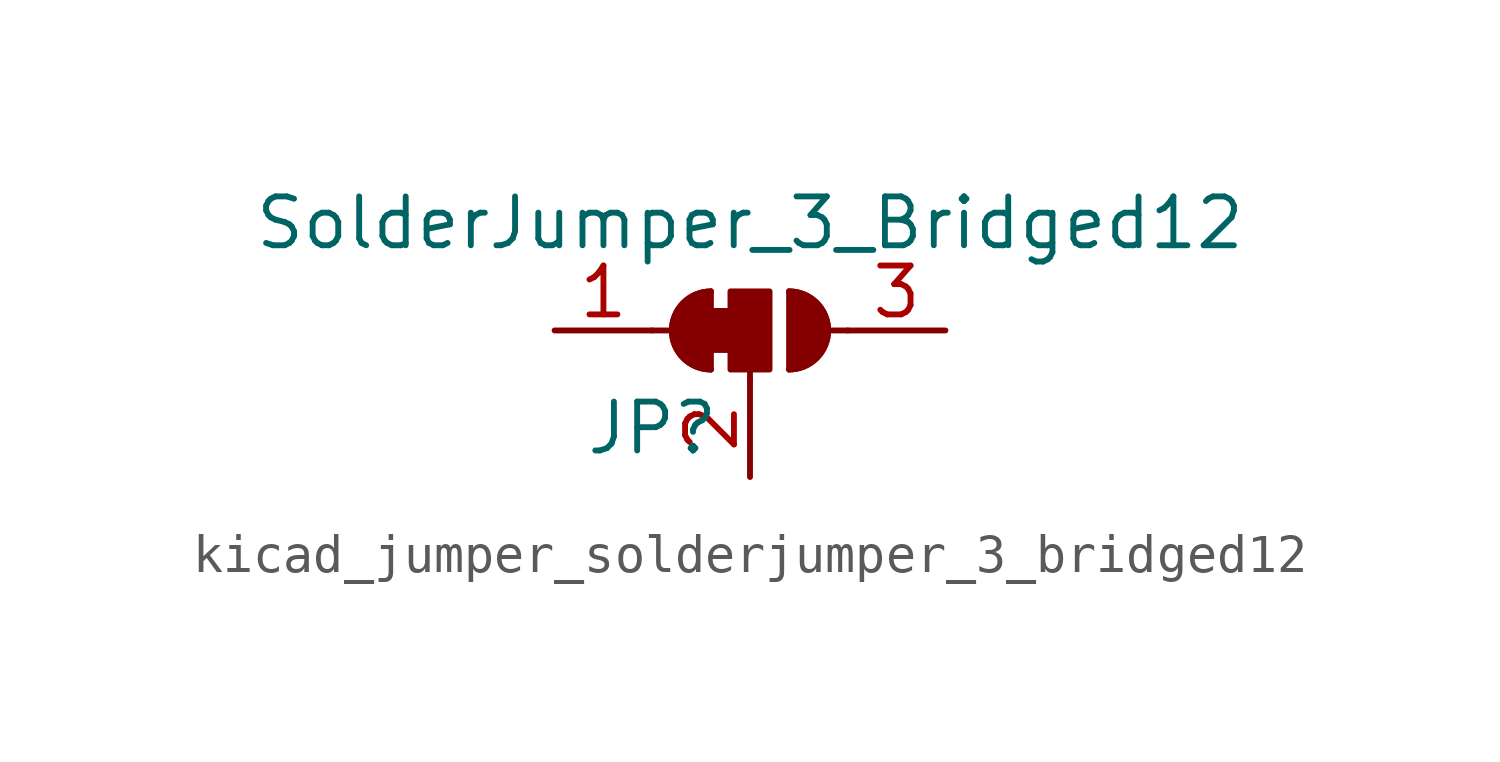
<source format=kicad_sym>
(kicad_symbol_lib
  (version 20220914)
  (generator kicad_symbol_editor)
  (symbol "kicad_jumper_solderjumper_3_bridged12"
    (pin_names
      (offset 0) hide)
    (property "Reference" "JP"
      (at -2.54 -2.54 0)
      (effects (font (size 1.27 1.27))))
    (property "Value" "SolderJumper_3_Bridged12"
      (at 0 2.794 0)
      (effects (font (size 1.27 1.27))))
    (symbol "kicad_jumper_solderjumper_3_bridged12_0_1"
      (rectangle (start -1.016 0.508) (end -0.508 -0.508) (stroke (width 0) (type default)) (fill (type outline)))
      (arc (start -1.016 1.016) (mid -2.0276 0) (end -1.016 -1.016) (stroke (width 0) (type default)) (fill (type none)))
      (arc (start -1.016 1.016) (mid -2.0276 0) (end -1.016 -1.016) (stroke (width 0) (type default)) (fill (type outline)))
      (rectangle (start -0.508 1.016) (end 0.508 -1.016) (stroke (width 0) (type default)) (fill (type outline)))
      (polyline (pts (xy -2.54 0) (xy -2.032 0)) (stroke (width 0) (type default)) (fill (type none)))
      (polyline (pts (xy -1.016 1.016) (xy -1.016 -1.016)) (stroke (width 0) (type default)) (fill (type none)))
      (polyline (pts (xy 0 -1.27) (xy 0 -1.016)) (stroke (width 0) (type default)) (fill (type none)))
      (polyline (pts (xy 1.016 1.016) (xy 1.016 -1.016)) (stroke (width 0) (type default)) (fill (type none)))
      (polyline (pts (xy 2.54 0) (xy 2.032 0)) (stroke (width 0) (type default)) (fill (type none)))
      (arc (start 1.016 -1.016) (mid 2.0276 0) (end 1.016 1.016) (stroke (width 0) (type default)) (fill (type none)))
      (arc (start 1.016 -1.016) (mid 2.0276 0) (end 1.016 1.016) (stroke (width 0) (type default)) (fill (type outline))))
    (symbol "kicad_jumper_solderjumper_3_bridged12_1_1"
      (pin passive line (at -5.08 0 0) (length 2.54) (name "A" (effects (font (size 1.27 1.27)))) (number "1" (effects (font (size 1.27 1.27)))))
      (pin passive line (at 0 -3.81 90) (length 2.54) (name "C" (effects (font (size 1.27 1.27)))) (number "2" (effects (font (size 1.27 1.27)))))
      (pin passive line (at 5.08 0 180) (length 2.54) (name "B" (effects (font (size 1.27 1.27)))) (number "3" (effects (font (size 1.27 1.27))))))))
</source>
